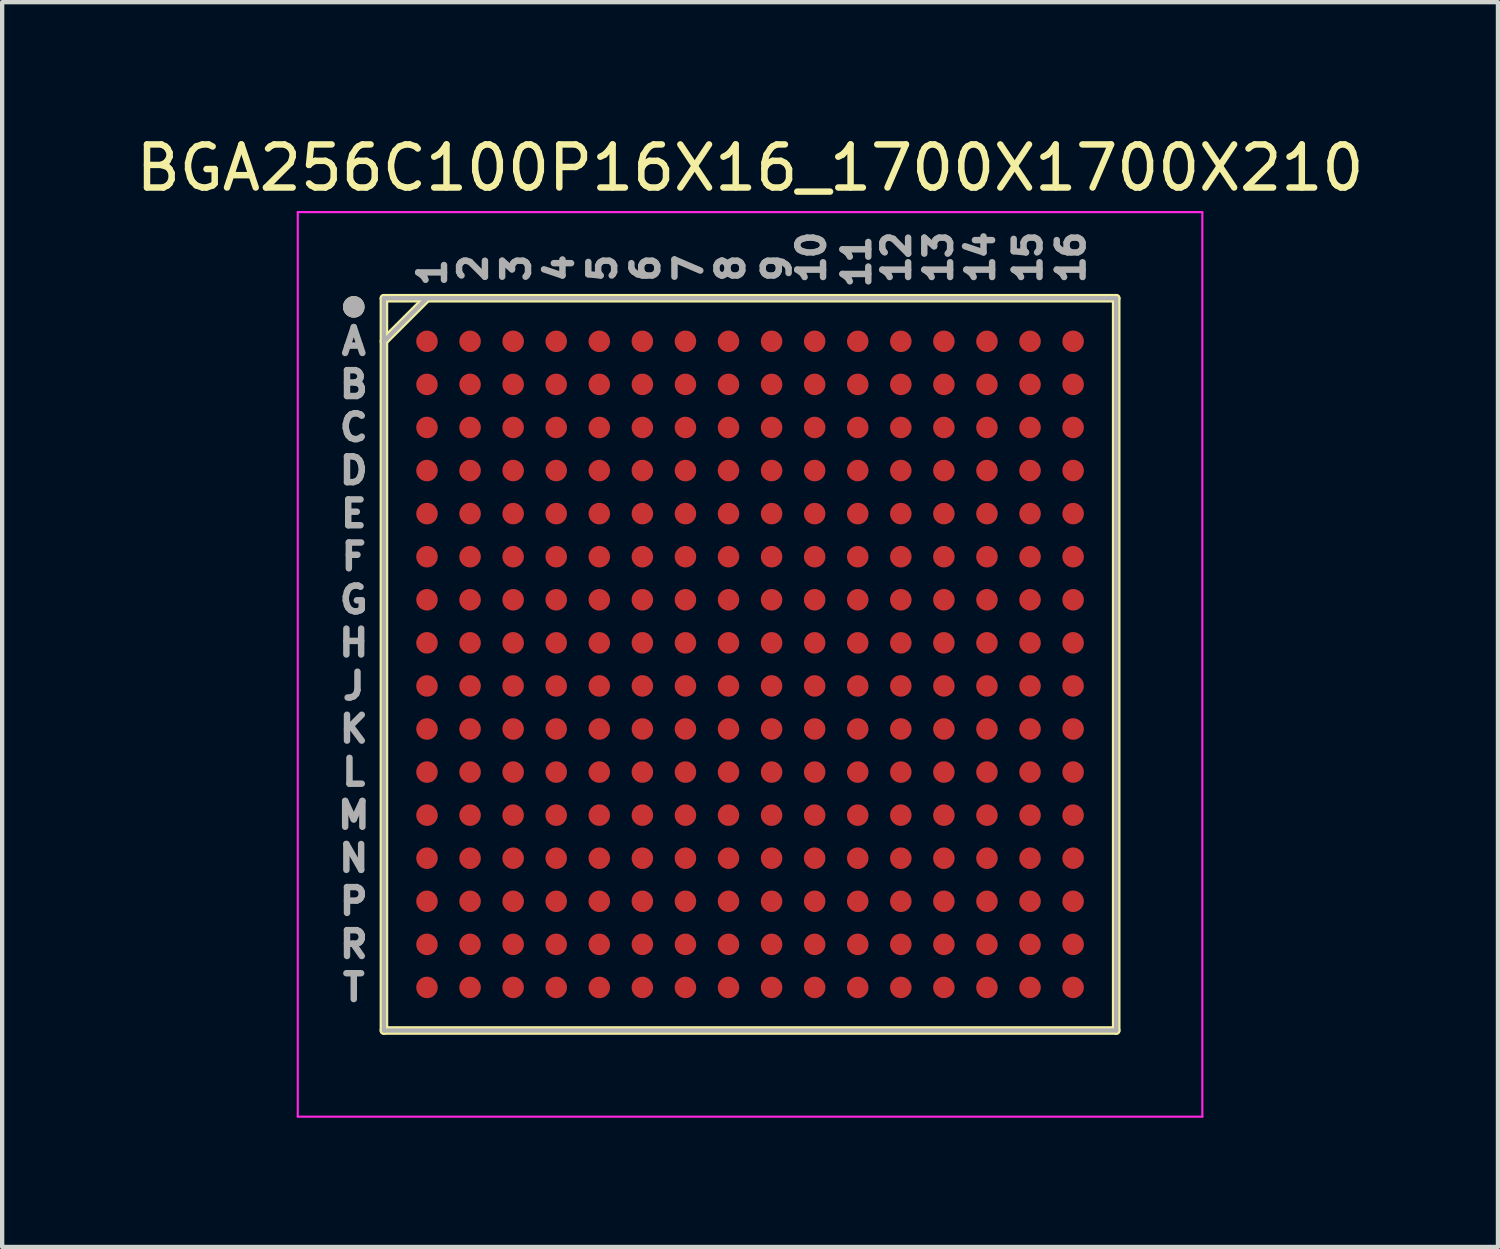
<source format=kicad_pcb>
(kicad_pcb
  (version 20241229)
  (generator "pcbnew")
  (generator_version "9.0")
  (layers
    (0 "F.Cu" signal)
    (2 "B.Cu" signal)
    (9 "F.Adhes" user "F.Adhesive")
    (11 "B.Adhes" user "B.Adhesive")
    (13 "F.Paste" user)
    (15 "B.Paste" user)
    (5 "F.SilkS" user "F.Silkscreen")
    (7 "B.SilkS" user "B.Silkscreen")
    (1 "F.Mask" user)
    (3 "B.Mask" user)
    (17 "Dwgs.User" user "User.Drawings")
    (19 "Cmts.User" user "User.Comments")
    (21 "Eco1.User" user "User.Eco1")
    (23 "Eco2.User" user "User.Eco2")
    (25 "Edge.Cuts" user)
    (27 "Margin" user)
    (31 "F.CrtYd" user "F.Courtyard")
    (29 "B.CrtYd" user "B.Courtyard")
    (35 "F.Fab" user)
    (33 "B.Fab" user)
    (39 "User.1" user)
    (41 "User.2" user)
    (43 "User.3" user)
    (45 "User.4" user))
  (footprint "BGA256C100P16X16_1700X1700X210"
    (layer "F.Cu")
    (at 14.363 12.374)
    (property "Reference" "BGA256C100P16X16_1700X1700X210" (at 0 -11.526 180) (layer "F.SilkS") (effects (font (size 1 1) (thickness 0.15))))
    (attr smd)
    (fp_line (start -8.5 -8.5) (end 8.5 -8.5) (stroke (width 0.2) (type solid)) (layer "F.SilkS"))
    (fp_line (start -8.5 -7.5) (end -7.5 -8.5) (stroke (width 0.2) (type solid)) (layer "F.SilkS"))
    (fp_line (start -8.5 8.5) (end -8.5 -8.5) (stroke (width 0.2) (type solid)) (layer "F.SilkS"))
    (fp_line (start -8.5 8.5) (end 8.5 8.5) (stroke (width 0.2) (type solid)) (layer "F.SilkS"))
    (fp_line (start 8.5 8.5) (end 8.5 -8.5) (stroke (width 0.2) (type solid)) (layer "F.SilkS"))
    (fp_circle (center -9.2 -8.3) (end -9.075 -8.3) (stroke (width 0.25) (type solid)) (fill no) (layer "F.SilkS"))
    (fp_line (start -10.5 -10.5) (end 10.5 -10.5) (stroke (width 0.05) (type solid)) (layer "F.CrtYd"))
    (fp_line (start -10.5 10.5) (end -10.5 -10.5) (stroke (width 0.05) (type solid)) (layer "F.CrtYd"))
    (fp_line (start -10.5 10.5) (end 10.5 10.5) (stroke (width 0.05) (type solid)) (layer "F.CrtYd"))
    (fp_line (start 10.5 10.5) (end 10.5 -10.5) (stroke (width 0.05) (type solid)) (layer "F.CrtYd"))
    (fp_line (start -8.5 -8.5) (end 8.5 -8.5) (stroke (width 0.1) (type solid)) (layer "F.Fab"))
    (fp_line (start -8.5 -7.5) (end -7.5 -8.5) (stroke (width 0.1) (type solid)) (layer "F.Fab"))
    (fp_line (start -8.5 8.5) (end -8.5 -8.5) (stroke (width 0.1) (type solid)) (layer "F.Fab"))
    (fp_line (start -8.5 8.5) (end 8.5 8.5) (stroke (width 0.1) (type solid)) (layer "F.Fab"))
    (fp_line (start 8.5 8.5) (end 8.5 -8.5) (stroke (width 0.1) (type solid)) (layer "F.Fab"))
    (fp_circle (center -9.2 -8.3) (end -9.075 -8.3) (stroke (width 0.25) (type solid)) (fill no) (layer "F.Fab"))
    (fp_text user "16" (at 7.45 -9.45 270) (layer "F.Fab") (effects (font (size 0.6 0.6) (thickness 0.15))))
    (fp_text user "H" (at -9.2 -0.5 180) (layer "F.Fab") (effects (font (size 0.6 0.6) (thickness 0.15))))
    (fp_text user "K" (at -9.2 1.5 180) (layer "F.Fab") (effects (font (size 0.6 0.6) (thickness 0.15))))
    (fp_text user "M" (at -9.2 3.5 180) (layer "F.Fab") (effects (font (size 0.6 0.6) (thickness 0.15))))
    (fp_text user "B" (at -9.2 -6.5 180) (layer "F.Fab") (effects (font (size 0.6 0.6) (thickness 0.15))))
    (fp_text user "11" (at 2.475 -9.35 270) (layer "F.Fab") (effects (font (size 0.6 0.6) (thickness 0.15))))
    (fp_text user "1" (at -7.375 -9.1 270) (layer "F.Fab") (effects (font (size 0.6 0.6) (thickness 0.15))))
    (fp_text user "6" (at -2.425 -9.2 270) (layer "F.Fab") (effects (font (size 0.6 0.6) (thickness 0.15))))
    (fp_text user "2" (at -6.425 -9.2 270) (layer "F.Fab") (effects (font (size 0.6 0.6) (thickness 0.15))))
    (fp_text user "R" (at -9.2 6.5 180) (layer "F.Fab") (effects (font (size 0.6 0.6) (thickness 0.15))))
    (fp_text user "D" (at -9.2 -4.5 180) (layer "F.Fab") (effects (font (size 0.6 0.6) (thickness 0.15))))
    (fp_text user "J" (at -9.2 0.5 180) (layer "F.Fab") (effects (font (size 0.6 0.6) (thickness 0.15))))
    (fp_text user "12" (at 3.4 -9.45 270) (layer "F.Fab") (effects (font (size 0.6 0.6) (thickness 0.15))))
    (fp_text user "14" (at 5.35 -9.45 270) (layer "F.Fab") (effects (font (size 0.6 0.6) (thickness 0.15))))
    (fp_text user "C" (at -9.2 -5.5 180) (layer "F.Fab") (effects (font (size 0.6 0.6) (thickness 0.15))))
    (fp_text user "L" (at -9.2 2.5 180) (layer "F.Fab") (effects (font (size 0.6 0.6) (thickness 0.15))))
    (fp_text user "N" (at -9.2 4.5 180) (layer "F.Fab") (effects (font (size 0.6 0.6) (thickness 0.15))))
    (fp_text user "3" (at -5.425 -9.2 270) (layer "F.Fab") (effects (font (size 0.6 0.6) (thickness 0.15))))
    (fp_text user "A" (at -9.2 -7.5 180) (layer "F.Fab") (effects (font (size 0.6 0.6) (thickness 0.15))))
    (fp_text user "5" (at -3.425 -9.2 270) (layer "F.Fab") (effects (font (size 0.6 0.6) (thickness 0.15))))
    (fp_text user "8" (at -0.45 -9.2 270) (layer "F.Fab") (effects (font (size 0.6 0.6) (thickness 0.15))))
    (fp_text user "P" (at -9.2 5.5 180) (layer "F.Fab") (effects (font (size 0.6 0.6) (thickness 0.15))))
    (fp_text user "E" (at -9.2 -3.5 180) (layer "F.Fab") (effects (font (size 0.6 0.6) (thickness 0.15))))
    (fp_text user "10" (at 1.425 -9.45 270) (layer "F.Fab") (effects (font (size 0.6 0.6) (thickness 0.15))))
    (fp_text user "G" (at -9.2 -1.5 180) (layer "F.Fab") (effects (font (size 0.6 0.6) (thickness 0.15))))
    (fp_text user "15" (at 6.45 -9.45 270) (layer "F.Fab") (effects (font (size 0.6 0.6) (thickness 0.15))))
    (fp_text user "T" (at -9.2 7.5 180) (layer "F.Fab") (effects (font (size 0.6 0.6) (thickness 0.15))))
    (fp_text user "7" (at -1.425 -9.2 270) (layer "F.Fab") (effects (font (size 0.6 0.6) (thickness 0.15))))
    (fp_text user "4" (at -4.425 -9.2 270) (layer "F.Fab") (effects (font (size 0.6 0.6) (thickness 0.15))))
    (fp_text user "13" (at 4.375 -9.45 270) (layer "F.Fab") (effects (font (size 0.6 0.6) (thickness 0.15))))
    (fp_text user "9" (at 0.625 -9.2 270) (layer "F.Fab") (effects (font (size 0.6 0.6) (thickness 0.15))))
    (fp_text user "F" (at -9.2 -2.5 180) (layer "F.Fab") (effects (font (size 0.6 0.6) (thickness 0.15))))
    (pad "A1" smd circle (at -7.5 -7.5) (size 0.5 0.5) (layers "F.Cu" "F.Mask" "F.Paste"))
    (pad "A2" smd circle (at -6.5 -7.5) (size 0.5 0.5) (layers "F.Cu" "F.Mask" "F.Paste"))
    (pad "A3" smd circle (at -5.5 -7.5) (size 0.5 0.5) (layers "F.Cu" "F.Mask" "F.Paste"))
    (pad "A4" smd circle (at -4.5 -7.5) (size 0.5 0.5) (layers "F.Cu" "F.Mask" "F.Paste"))
    (pad "A5" smd circle (at -3.5 -7.5) (size 0.5 0.5) (layers "F.Cu" "F.Mask" "F.Paste"))
    (pad "A6" smd circle (at -2.5 -7.5) (size 0.5 0.5) (layers "F.Cu" "F.Mask" "F.Paste"))
    (pad "A7" smd circle (at -1.5 -7.5) (size 0.5 0.5) (layers "F.Cu" "F.Mask" "F.Paste"))
    (pad "A8" smd circle (at -0.5 -7.5) (size 0.5 0.5) (layers "F.Cu" "F.Mask" "F.Paste"))
    (pad "A9" smd circle (at 0.5 -7.5) (size 0.5 0.5) (layers "F.Cu" "F.Mask" "F.Paste"))
    (pad "A10" smd circle (at 1.5 -7.5) (size 0.5 0.5) (layers "F.Cu" "F.Mask" "F.Paste"))
    (pad "A11" smd circle (at 2.5 -7.5) (size 0.5 0.5) (layers "F.Cu" "F.Mask" "F.Paste"))
    (pad "A12" smd circle (at 3.5 -7.5) (size 0.5 0.5) (layers "F.Cu" "F.Mask" "F.Paste"))
    (pad "A13" smd circle (at 4.5 -7.5) (size 0.5 0.5) (layers "F.Cu" "F.Mask" "F.Paste"))
    (pad "A14" smd circle (at 5.5 -7.5) (size 0.5 0.5) (layers "F.Cu" "F.Mask" "F.Paste"))
    (pad "A15" smd circle (at 6.5 -7.5) (size 0.5 0.5) (layers "F.Cu" "F.Mask" "F.Paste"))
    (pad "A16" smd circle (at 7.5 -7.5) (size 0.5 0.5) (layers "F.Cu" "F.Mask" "F.Paste"))
    (pad "B1" smd circle (at -7.5 -6.5) (size 0.5 0.5) (layers "F.Cu" "F.Mask" "F.Paste"))
    (pad "B2" smd circle (at -6.5 -6.5) (size 0.5 0.5) (layers "F.Cu" "F.Mask" "F.Paste"))
    (pad "B3" smd circle (at -5.5 -6.5) (size 0.5 0.5) (layers "F.Cu" "F.Mask" "F.Paste"))
    (pad "B4" smd circle (at -4.5 -6.5) (size 0.5 0.5) (layers "F.Cu" "F.Mask" "F.Paste"))
    (pad "B5" smd circle (at -3.5 -6.5) (size 0.5 0.5) (layers "F.Cu" "F.Mask" "F.Paste"))
    (pad "B6" smd circle (at -2.5 -6.5) (size 0.5 0.5) (layers "F.Cu" "F.Mask" "F.Paste"))
    (pad "B7" smd circle (at -1.5 -6.5) (size 0.5 0.5) (layers "F.Cu" "F.Mask" "F.Paste"))
    (pad "B8" smd circle (at -0.5 -6.5) (size 0.5 0.5) (layers "F.Cu" "F.Mask" "F.Paste"))
    (pad "B9" smd circle (at 0.5 -6.5) (size 0.5 0.5) (layers "F.Cu" "F.Mask" "F.Paste"))
    (pad "B10" smd circle (at 1.5 -6.5) (size 0.5 0.5) (layers "F.Cu" "F.Mask" "F.Paste"))
    (pad "B11" smd circle (at 2.5 -6.5) (size 0.5 0.5) (layers "F.Cu" "F.Mask" "F.Paste"))
    (pad "B12" smd circle (at 3.5 -6.5) (size 0.5 0.5) (layers "F.Cu" "F.Mask" "F.Paste"))
    (pad "B13" smd circle (at 4.5 -6.5) (size 0.5 0.5) (layers "F.Cu" "F.Mask" "F.Paste"))
    (pad "B14" smd circle (at 5.5 -6.5) (size 0.5 0.5) (layers "F.Cu" "F.Mask" "F.Paste"))
    (pad "B15" smd circle (at 6.5 -6.5) (size 0.5 0.5) (layers "F.Cu" "F.Mask" "F.Paste"))
    (pad "B16" smd circle (at 7.5 -6.5) (size 0.5 0.5) (layers "F.Cu" "F.Mask" "F.Paste"))
    (pad "C1" smd circle (at -7.5 -5.5) (size 0.5 0.5) (layers "F.Cu" "F.Mask" "F.Paste"))
    (pad "C2" smd circle (at -6.5 -5.5) (size 0.5 0.5) (layers "F.Cu" "F.Mask" "F.Paste"))
    (pad "C3" smd circle (at -5.5 -5.5) (size 0.5 0.5) (layers "F.Cu" "F.Mask" "F.Paste"))
    (pad "C4" smd circle (at -4.5 -5.5) (size 0.5 0.5) (layers "F.Cu" "F.Mask" "F.Paste"))
    (pad "C5" smd circle (at -3.5 -5.5) (size 0.5 0.5) (layers "F.Cu" "F.Mask" "F.Paste"))
    (pad "C6" smd circle (at -2.5 -5.5) (size 0.5 0.5) (layers "F.Cu" "F.Mask" "F.Paste"))
    (pad "C7" smd circle (at -1.5 -5.5) (size 0.5 0.5) (layers "F.Cu" "F.Mask" "F.Paste"))
    (pad "C8" smd circle (at -0.5 -5.5) (size 0.5 0.5) (layers "F.Cu" "F.Mask" "F.Paste"))
    (pad "C9" smd circle (at 0.5 -5.5) (size 0.5 0.5) (layers "F.Cu" "F.Mask" "F.Paste"))
    (pad "C10" smd circle (at 1.5 -5.5) (size 0.5 0.5) (layers "F.Cu" "F.Mask" "F.Paste"))
    (pad "C11" smd circle (at 2.5 -5.5) (size 0.5 0.5) (layers "F.Cu" "F.Mask" "F.Paste"))
    (pad "C12" smd circle (at 3.5 -5.5) (size 0.5 0.5) (layers "F.Cu" "F.Mask" "F.Paste"))
    (pad "C13" smd circle (at 4.5 -5.5) (size 0.5 0.5) (layers "F.Cu" "F.Mask" "F.Paste"))
    (pad "C14" smd circle (at 5.5 -5.5) (size 0.5 0.5) (layers "F.Cu" "F.Mask" "F.Paste"))
    (pad "C15" smd circle (at 6.5 -5.5) (size 0.5 0.5) (layers "F.Cu" "F.Mask" "F.Paste"))
    (pad "C16" smd circle (at 7.5 -5.5) (size 0.5 0.5) (layers "F.Cu" "F.Mask" "F.Paste"))
    (pad "D1" smd circle (at -7.5 -4.5) (size 0.5 0.5) (layers "F.Cu" "F.Mask" "F.Paste"))
    (pad "D2" smd circle (at -6.5 -4.5) (size 0.5 0.5) (layers "F.Cu" "F.Mask" "F.Paste"))
    (pad "D3" smd circle (at -5.5 -4.5) (size 0.5 0.5) (layers "F.Cu" "F.Mask" "F.Paste"))
    (pad "D4" smd circle (at -4.5 -4.5) (size 0.5 0.5) (layers "F.Cu" "F.Mask" "F.Paste"))
    (pad "D5" smd circle (at -3.5 -4.5) (size 0.5 0.5) (layers "F.Cu" "F.Mask" "F.Paste"))
    (pad "D6" smd circle (at -2.5 -4.5) (size 0.5 0.5) (layers "F.Cu" "F.Mask" "F.Paste"))
    (pad "D7" smd circle (at -1.5 -4.5) (size 0.5 0.5) (layers "F.Cu" "F.Mask" "F.Paste"))
    (pad "D8" smd circle (at -0.5 -4.5) (size 0.5 0.5) (layers "F.Cu" "F.Mask" "F.Paste"))
    (pad "D9" smd circle (at 0.5 -4.5) (size 0.5 0.5) (layers "F.Cu" "F.Mask" "F.Paste"))
    (pad "D10" smd circle (at 1.5 -4.5) (size 0.5 0.5) (layers "F.Cu" "F.Mask" "F.Paste"))
    (pad "D11" smd circle (at 2.5 -4.5) (size 0.5 0.5) (layers "F.Cu" "F.Mask" "F.Paste"))
    (pad "D12" smd circle (at 3.5 -4.5) (size 0.5 0.5) (layers "F.Cu" "F.Mask" "F.Paste"))
    (pad "D13" smd circle (at 4.5 -4.5) (size 0.5 0.5) (layers "F.Cu" "F.Mask" "F.Paste"))
    (pad "D14" smd circle (at 5.5 -4.5) (size 0.5 0.5) (layers "F.Cu" "F.Mask" "F.Paste"))
    (pad "D15" smd circle (at 6.5 -4.5) (size 0.5 0.5) (layers "F.Cu" "F.Mask" "F.Paste"))
    (pad "D16" smd circle (at 7.5 -4.5) (size 0.5 0.5) (layers "F.Cu" "F.Mask" "F.Paste"))
    (pad "E1" smd circle (at -7.5 -3.5) (size 0.5 0.5) (layers "F.Cu" "F.Mask" "F.Paste"))
    (pad "E2" smd circle (at -6.5 -3.5) (size 0.5 0.5) (layers "F.Cu" "F.Mask" "F.Paste"))
    (pad "E3" smd circle (at -5.5 -3.5) (size 0.5 0.5) (layers "F.Cu" "F.Mask" "F.Paste"))
    (pad "E4" smd circle (at -4.5 -3.5) (size 0.5 0.5) (layers "F.Cu" "F.Mask" "F.Paste"))
    (pad "E5" smd circle (at -3.5 -3.5) (size 0.5 0.5) (layers "F.Cu" "F.Mask" "F.Paste"))
    (pad "E6" smd circle (at -2.5 -3.5) (size 0.5 0.5) (layers "F.Cu" "F.Mask" "F.Paste"))
    (pad "E7" smd circle (at -1.5 -3.5) (size 0.5 0.5) (layers "F.Cu" "F.Mask" "F.Paste"))
    (pad "E8" smd circle (at -0.5 -3.5) (size 0.5 0.5) (layers "F.Cu" "F.Mask" "F.Paste"))
    (pad "E9" smd circle (at 0.5 -3.5) (size 0.5 0.5) (layers "F.Cu" "F.Mask" "F.Paste"))
    (pad "E10" smd circle (at 1.5 -3.5) (size 0.5 0.5) (layers "F.Cu" "F.Mask" "F.Paste"))
    (pad "E11" smd circle (at 2.5 -3.5) (size 0.5 0.5) (layers "F.Cu" "F.Mask" "F.Paste"))
    (pad "E12" smd circle (at 3.5 -3.5) (size 0.5 0.5) (layers "F.Cu" "F.Mask" "F.Paste"))
    (pad "E13" smd circle (at 4.5 -3.5) (size 0.5 0.5) (layers "F.Cu" "F.Mask" "F.Paste"))
    (pad "E14" smd circle (at 5.5 -3.5) (size 0.5 0.5) (layers "F.Cu" "F.Mask" "F.Paste"))
    (pad "E15" smd circle (at 6.5 -3.5) (size 0.5 0.5) (layers "F.Cu" "F.Mask" "F.Paste"))
    (pad "E16" smd circle (at 7.5 -3.5) (size 0.5 0.5) (layers "F.Cu" "F.Mask" "F.Paste"))
    (pad "F1" smd circle (at -7.5 -2.5) (size 0.5 0.5) (layers "F.Cu" "F.Mask" "F.Paste"))
    (pad "F2" smd circle (at -6.5 -2.5) (size 0.5 0.5) (layers "F.Cu" "F.Mask" "F.Paste"))
    (pad "F3" smd circle (at -5.5 -2.5) (size 0.5 0.5) (layers "F.Cu" "F.Mask" "F.Paste"))
    (pad "F4" smd circle (at -4.5 -2.5) (size 0.5 0.5) (layers "F.Cu" "F.Mask" "F.Paste"))
    (pad "F5" smd circle (at -3.5 -2.5) (size 0.5 0.5) (layers "F.Cu" "F.Mask" "F.Paste"))
    (pad "F6" smd circle (at -2.5 -2.5) (size 0.5 0.5) (layers "F.Cu" "F.Mask" "F.Paste"))
    (pad "F7" smd circle (at -1.5 -2.5) (size 0.5 0.5) (layers "F.Cu" "F.Mask" "F.Paste"))
    (pad "F8" smd circle (at -0.5 -2.5) (size 0.5 0.5) (layers "F.Cu" "F.Mask" "F.Paste"))
    (pad "F9" smd circle (at 0.5 -2.5) (size 0.5 0.5) (layers "F.Cu" "F.Mask" "F.Paste"))
    (pad "F10" smd circle (at 1.5 -2.5) (size 0.5 0.5) (layers "F.Cu" "F.Mask" "F.Paste"))
    (pad "F11" smd circle (at 2.5 -2.5) (size 0.5 0.5) (layers "F.Cu" "F.Mask" "F.Paste"))
    (pad "F12" smd circle (at 3.5 -2.5) (size 0.5 0.5) (layers "F.Cu" "F.Mask" "F.Paste"))
    (pad "F13" smd circle (at 4.5 -2.5) (size 0.5 0.5) (layers "F.Cu" "F.Mask" "F.Paste"))
    (pad "F14" smd circle (at 5.5 -2.5) (size 0.5 0.5) (layers "F.Cu" "F.Mask" "F.Paste"))
    (pad "F15" smd circle (at 6.5 -2.5) (size 0.5 0.5) (layers "F.Cu" "F.Mask" "F.Paste"))
    (pad "F16" smd circle (at 7.5 -2.5) (size 0.5 0.5) (layers "F.Cu" "F.Mask" "F.Paste"))
    (pad "G1" smd circle (at -7.5 -1.5) (size 0.5 0.5) (layers "F.Cu" "F.Mask" "F.Paste"))
    (pad "G2" smd circle (at -6.5 -1.5) (size 0.5 0.5) (layers "F.Cu" "F.Mask" "F.Paste"))
    (pad "G3" smd circle (at -5.5 -1.5) (size 0.5 0.5) (layers "F.Cu" "F.Mask" "F.Paste"))
    (pad "G4" smd circle (at -4.5 -1.5) (size 0.5 0.5) (layers "F.Cu" "F.Mask" "F.Paste"))
    (pad "G5" smd circle (at -3.5 -1.5) (size 0.5 0.5) (layers "F.Cu" "F.Mask" "F.Paste"))
    (pad "G6" smd circle (at -2.5 -1.5) (size 0.5 0.5) (layers "F.Cu" "F.Mask" "F.Paste"))
    (pad "G7" smd circle (at -1.5 -1.5) (size 0.5 0.5) (layers "F.Cu" "F.Mask" "F.Paste"))
    (pad "G8" smd circle (at -0.5 -1.5) (size 0.5 0.5) (layers "F.Cu" "F.Mask" "F.Paste"))
    (pad "G9" smd circle (at 0.5 -1.5) (size 0.5 0.5) (layers "F.Cu" "F.Mask" "F.Paste"))
    (pad "G10" smd circle (at 1.5 -1.5) (size 0.5 0.5) (layers "F.Cu" "F.Mask" "F.Paste"))
    (pad "G11" smd circle (at 2.5 -1.5) (size 0.5 0.5) (layers "F.Cu" "F.Mask" "F.Paste"))
    (pad "G12" smd circle (at 3.5 -1.5) (size 0.5 0.5) (layers "F.Cu" "F.Mask" "F.Paste"))
    (pad "G13" smd circle (at 4.5 -1.5) (size 0.5 0.5) (layers "F.Cu" "F.Mask" "F.Paste"))
    (pad "G14" smd circle (at 5.5 -1.5) (size 0.5 0.5) (layers "F.Cu" "F.Mask" "F.Paste"))
    (pad "G15" smd circle (at 6.5 -1.5) (size 0.5 0.5) (layers "F.Cu" "F.Mask" "F.Paste"))
    (pad "G16" smd circle (at 7.5 -1.5) (size 0.5 0.5) (layers "F.Cu" "F.Mask" "F.Paste"))
    (pad "H1" smd circle (at -7.5 -0.5) (size 0.5 0.5) (layers "F.Cu" "F.Mask" "F.Paste"))
    (pad "H2" smd circle (at -6.5 -0.5) (size 0.5 0.5) (layers "F.Cu" "F.Mask" "F.Paste"))
    (pad "H3" smd circle (at -5.5 -0.5) (size 0.5 0.5) (layers "F.Cu" "F.Mask" "F.Paste"))
    (pad "H4" smd circle (at -4.5 -0.5) (size 0.5 0.5) (layers "F.Cu" "F.Mask" "F.Paste"))
    (pad "H5" smd circle (at -3.5 -0.5) (size 0.5 0.5) (layers "F.Cu" "F.Mask" "F.Paste"))
    (pad "H6" smd circle (at -2.5 -0.5) (size 0.5 0.5) (layers "F.Cu" "F.Mask" "F.Paste"))
    (pad "H7" smd circle (at -1.5 -0.5) (size 0.5 0.5) (layers "F.Cu" "F.Mask" "F.Paste"))
    (pad "H8" smd circle (at -0.5 -0.5) (size 0.5 0.5) (layers "F.Cu" "F.Mask" "F.Paste"))
    (pad "H9" smd circle (at 0.5 -0.5) (size 0.5 0.5) (layers "F.Cu" "F.Mask" "F.Paste"))
    (pad "H10" smd circle (at 1.5 -0.5) (size 0.5 0.5) (layers "F.Cu" "F.Mask" "F.Paste"))
    (pad "H11" smd circle (at 2.5 -0.5) (size 0.5 0.5) (layers "F.Cu" "F.Mask" "F.Paste"))
    (pad "H12" smd circle (at 3.5 -0.5) (size 0.5 0.5) (layers "F.Cu" "F.Mask" "F.Paste"))
    (pad "H13" smd circle (at 4.5 -0.5) (size 0.5 0.5) (layers "F.Cu" "F.Mask" "F.Paste"))
    (pad "H14" smd circle (at 5.5 -0.5) (size 0.5 0.5) (layers "F.Cu" "F.Mask" "F.Paste"))
    (pad "H15" smd circle (at 6.5 -0.5) (size 0.5 0.5) (layers "F.Cu" "F.Mask" "F.Paste"))
    (pad "H16" smd circle (at 7.5 -0.5) (size 0.5 0.5) (layers "F.Cu" "F.Mask" "F.Paste"))
    (pad "J1" smd circle (at -7.5 0.5) (size 0.5 0.5) (layers "F.Cu" "F.Mask" "F.Paste"))
    (pad "J2" smd circle (at -6.5 0.5) (size 0.5 0.5) (layers "F.Cu" "F.Mask" "F.Paste"))
    (pad "J3" smd circle (at -5.5 0.5) (size 0.5 0.5) (layers "F.Cu" "F.Mask" "F.Paste"))
    (pad "J4" smd circle (at -4.5 0.5) (size 0.5 0.5) (layers "F.Cu" "F.Mask" "F.Paste"))
    (pad "J5" smd circle (at -3.5 0.5) (size 0.5 0.5) (layers "F.Cu" "F.Mask" "F.Paste"))
    (pad "J6" smd circle (at -2.5 0.5) (size 0.5 0.5) (layers "F.Cu" "F.Mask" "F.Paste"))
    (pad "J7" smd circle (at -1.5 0.5) (size 0.5 0.5) (layers "F.Cu" "F.Mask" "F.Paste"))
    (pad "J8" smd circle (at -0.5 0.5) (size 0.5 0.5) (layers "F.Cu" "F.Mask" "F.Paste"))
    (pad "J9" smd circle (at 0.5 0.5) (size 0.5 0.5) (layers "F.Cu" "F.Mask" "F.Paste"))
    (pad "J10" smd circle (at 1.5 0.5) (size 0.5 0.5) (layers "F.Cu" "F.Mask" "F.Paste"))
    (pad "J11" smd circle (at 2.5 0.5) (size 0.5 0.5) (layers "F.Cu" "F.Mask" "F.Paste"))
    (pad "J12" smd circle (at 3.5 0.5) (size 0.5 0.5) (layers "F.Cu" "F.Mask" "F.Paste"))
    (pad "J13" smd circle (at 4.5 0.5) (size 0.5 0.5) (layers "F.Cu" "F.Mask" "F.Paste"))
    (pad "J14" smd circle (at 5.5 0.5) (size 0.5 0.5) (layers "F.Cu" "F.Mask" "F.Paste"))
    (pad "J15" smd circle (at 6.5 0.5) (size 0.5 0.5) (layers "F.Cu" "F.Mask" "F.Paste"))
    (pad "J16" smd circle (at 7.5 0.5) (size 0.5 0.5) (layers "F.Cu" "F.Mask" "F.Paste"))
    (pad "K1" smd circle (at -7.5 1.5) (size 0.5 0.5) (layers "F.Cu" "F.Mask" "F.Paste"))
    (pad "K2" smd circle (at -6.5 1.5) (size 0.5 0.5) (layers "F.Cu" "F.Mask" "F.Paste"))
    (pad "K3" smd circle (at -5.5 1.5) (size 0.5 0.5) (layers "F.Cu" "F.Mask" "F.Paste"))
    (pad "K4" smd circle (at -4.5 1.5) (size 0.5 0.5) (layers "F.Cu" "F.Mask" "F.Paste"))
    (pad "K5" smd circle (at -3.5 1.5) (size 0.5 0.5) (layers "F.Cu" "F.Mask" "F.Paste"))
    (pad "K6" smd circle (at -2.5 1.5) (size 0.5 0.5) (layers "F.Cu" "F.Mask" "F.Paste"))
    (pad "K7" smd circle (at -1.5 1.5) (size 0.5 0.5) (layers "F.Cu" "F.Mask" "F.Paste"))
    (pad "K8" smd circle (at -0.5 1.5) (size 0.5 0.5) (layers "F.Cu" "F.Mask" "F.Paste"))
    (pad "K9" smd circle (at 0.5 1.5) (size 0.5 0.5) (layers "F.Cu" "F.Mask" "F.Paste"))
    (pad "K10" smd circle (at 1.5 1.5) (size 0.5 0.5) (layers "F.Cu" "F.Mask" "F.Paste"))
    (pad "K11" smd circle (at 2.5 1.5) (size 0.5 0.5) (layers "F.Cu" "F.Mask" "F.Paste"))
    (pad "K12" smd circle (at 3.5 1.5) (size 0.5 0.5) (layers "F.Cu" "F.Mask" "F.Paste"))
    (pad "K13" smd circle (at 4.5 1.5) (size 0.5 0.5) (layers "F.Cu" "F.Mask" "F.Paste"))
    (pad "K14" smd circle (at 5.5 1.5) (size 0.5 0.5) (layers "F.Cu" "F.Mask" "F.Paste"))
    (pad "K15" smd circle (at 6.5 1.5) (size 0.5 0.5) (layers "F.Cu" "F.Mask" "F.Paste"))
    (pad "K16" smd circle (at 7.5 1.5) (size 0.5 0.5) (layers "F.Cu" "F.Mask" "F.Paste"))
    (pad "L1" smd circle (at -7.5 2.5) (size 0.5 0.5) (layers "F.Cu" "F.Mask" "F.Paste"))
    (pad "L2" smd circle (at -6.5 2.5) (size 0.5 0.5) (layers "F.Cu" "F.Mask" "F.Paste"))
    (pad "L3" smd circle (at -5.5 2.5) (size 0.5 0.5) (layers "F.Cu" "F.Mask" "F.Paste"))
    (pad "L4" smd circle (at -4.5 2.5) (size 0.5 0.5) (layers "F.Cu" "F.Mask" "F.Paste"))
    (pad "L5" smd circle (at -3.5 2.5) (size 0.5 0.5) (layers "F.Cu" "F.Mask" "F.Paste"))
    (pad "L6" smd circle (at -2.5 2.5) (size 0.5 0.5) (layers "F.Cu" "F.Mask" "F.Paste"))
    (pad "L7" smd circle (at -1.5 2.5) (size 0.5 0.5) (layers "F.Cu" "F.Mask" "F.Paste"))
    (pad "L8" smd circle (at -0.5 2.5) (size 0.5 0.5) (layers "F.Cu" "F.Mask" "F.Paste"))
    (pad "L9" smd circle (at 0.5 2.5) (size 0.5 0.5) (layers "F.Cu" "F.Mask" "F.Paste"))
    (pad "L10" smd circle (at 1.5 2.5) (size 0.5 0.5) (layers "F.Cu" "F.Mask" "F.Paste"))
    (pad "L11" smd circle (at 2.5 2.5) (size 0.5 0.5) (layers "F.Cu" "F.Mask" "F.Paste"))
    (pad "L12" smd circle (at 3.5 2.5) (size 0.5 0.5) (layers "F.Cu" "F.Mask" "F.Paste"))
    (pad "L13" smd circle (at 4.5 2.5) (size 0.5 0.5) (layers "F.Cu" "F.Mask" "F.Paste"))
    (pad "L14" smd circle (at 5.5 2.5) (size 0.5 0.5) (layers "F.Cu" "F.Mask" "F.Paste"))
    (pad "L15" smd circle (at 6.5 2.5) (size 0.5 0.5) (layers "F.Cu" "F.Mask" "F.Paste"))
    (pad "L16" smd circle (at 7.5 2.5) (size 0.5 0.5) (layers "F.Cu" "F.Mask" "F.Paste"))
    (pad "M1" smd circle (at -7.5 3.5) (size 0.5 0.5) (layers "F.Cu" "F.Mask" "F.Paste"))
    (pad "M2" smd circle (at -6.5 3.5) (size 0.5 0.5) (layers "F.Cu" "F.Mask" "F.Paste"))
    (pad "M3" smd circle (at -5.5 3.5) (size 0.5 0.5) (layers "F.Cu" "F.Mask" "F.Paste"))
    (pad "M4" smd circle (at -4.5 3.5) (size 0.5 0.5) (layers "F.Cu" "F.Mask" "F.Paste"))
    (pad "M5" smd circle (at -3.5 3.5) (size 0.5 0.5) (layers "F.Cu" "F.Mask" "F.Paste"))
    (pad "M6" smd circle (at -2.5 3.5) (size 0.5 0.5) (layers "F.Cu" "F.Mask" "F.Paste"))
    (pad "M7" smd circle (at -1.5 3.5) (size 0.5 0.5) (layers "F.Cu" "F.Mask" "F.Paste"))
    (pad "M8" smd circle (at -0.5 3.5) (size 0.5 0.5) (layers "F.Cu" "F.Mask" "F.Paste"))
    (pad "M9" smd circle (at 0.5 3.5) (size 0.5 0.5) (layers "F.Cu" "F.Mask" "F.Paste"))
    (pad "M10" smd circle (at 1.5 3.5) (size 0.5 0.5) (layers "F.Cu" "F.Mask" "F.Paste"))
    (pad "M11" smd circle (at 2.5 3.5) (size 0.5 0.5) (layers "F.Cu" "F.Mask" "F.Paste"))
    (pad "M12" smd circle (at 3.5 3.5) (size 0.5 0.5) (layers "F.Cu" "F.Mask" "F.Paste"))
    (pad "M13" smd circle (at 4.5 3.5) (size 0.5 0.5) (layers "F.Cu" "F.Mask" "F.Paste"))
    (pad "M14" smd circle (at 5.5 3.5) (size 0.5 0.5) (layers "F.Cu" "F.Mask" "F.Paste"))
    (pad "M15" smd circle (at 6.5 3.5) (size 0.5 0.5) (layers "F.Cu" "F.Mask" "F.Paste"))
    (pad "M16" smd circle (at 7.5 3.5) (size 0.5 0.5) (layers "F.Cu" "F.Mask" "F.Paste"))
    (pad "N1" smd circle (at -7.5 4.5) (size 0.5 0.5) (layers "F.Cu" "F.Mask" "F.Paste"))
    (pad "N2" smd circle (at -6.5 4.5) (size 0.5 0.5) (layers "F.Cu" "F.Mask" "F.Paste"))
    (pad "N3" smd circle (at -5.5 4.5) (size 0.5 0.5) (layers "F.Cu" "F.Mask" "F.Paste"))
    (pad "N4" smd circle (at -4.5 4.5) (size 0.5 0.5) (layers "F.Cu" "F.Mask" "F.Paste"))
    (pad "N5" smd circle (at -3.5 4.5) (size 0.5 0.5) (layers "F.Cu" "F.Mask" "F.Paste"))
    (pad "N6" smd circle (at -2.5 4.5) (size 0.5 0.5) (layers "F.Cu" "F.Mask" "F.Paste"))
    (pad "N7" smd circle (at -1.5 4.5) (size 0.5 0.5) (layers "F.Cu" "F.Mask" "F.Paste"))
    (pad "N8" smd circle (at -0.5 4.5) (size 0.5 0.5) (layers "F.Cu" "F.Mask" "F.Paste"))
    (pad "N9" smd circle (at 0.5 4.5) (size 0.5 0.5) (layers "F.Cu" "F.Mask" "F.Paste"))
    (pad "N10" smd circle (at 1.5 4.5) (size 0.5 0.5) (layers "F.Cu" "F.Mask" "F.Paste"))
    (pad "N11" smd circle (at 2.5 4.5) (size 0.5 0.5) (layers "F.Cu" "F.Mask" "F.Paste"))
    (pad "N12" smd circle (at 3.5 4.5) (size 0.5 0.5) (layers "F.Cu" "F.Mask" "F.Paste"))
    (pad "N13" smd circle (at 4.5 4.5) (size 0.5 0.5) (layers "F.Cu" "F.Mask" "F.Paste"))
    (pad "N14" smd circle (at 5.5 4.5) (size 0.5 0.5) (layers "F.Cu" "F.Mask" "F.Paste"))
    (pad "N15" smd circle (at 6.5 4.5) (size 0.5 0.5) (layers "F.Cu" "F.Mask" "F.Paste"))
    (pad "N16" smd circle (at 7.5 4.5) (size 0.5 0.5) (layers "F.Cu" "F.Mask" "F.Paste"))
    (pad "P1" smd circle (at -7.5 5.5) (size 0.5 0.5) (layers "F.Cu" "F.Mask" "F.Paste"))
    (pad "P2" smd circle (at -6.5 5.5) (size 0.5 0.5) (layers "F.Cu" "F.Mask" "F.Paste"))
    (pad "P3" smd circle (at -5.5 5.5) (size 0.5 0.5) (layers "F.Cu" "F.Mask" "F.Paste"))
    (pad "P4" smd circle (at -4.5 5.5) (size 0.5 0.5) (layers "F.Cu" "F.Mask" "F.Paste"))
    (pad "P5" smd circle (at -3.5 5.5) (size 0.5 0.5) (layers "F.Cu" "F.Mask" "F.Paste"))
    (pad "P6" smd circle (at -2.5 5.5) (size 0.5 0.5) (layers "F.Cu" "F.Mask" "F.Paste"))
    (pad "P7" smd circle (at -1.5 5.5) (size 0.5 0.5) (layers "F.Cu" "F.Mask" "F.Paste"))
    (pad "P8" smd circle (at -0.5 5.5) (size 0.5 0.5) (layers "F.Cu" "F.Mask" "F.Paste"))
    (pad "P9" smd circle (at 0.5 5.5) (size 0.5 0.5) (layers "F.Cu" "F.Mask" "F.Paste"))
    (pad "P10" smd circle (at 1.5 5.5) (size 0.5 0.5) (layers "F.Cu" "F.Mask" "F.Paste"))
    (pad "P11" smd circle (at 2.5 5.5) (size 0.5 0.5) (layers "F.Cu" "F.Mask" "F.Paste"))
    (pad "P12" smd circle (at 3.5 5.5) (size 0.5 0.5) (layers "F.Cu" "F.Mask" "F.Paste"))
    (pad "P13" smd circle (at 4.5 5.5) (size 0.5 0.5) (layers "F.Cu" "F.Mask" "F.Paste"))
    (pad "P14" smd circle (at 5.5 5.5) (size 0.5 0.5) (layers "F.Cu" "F.Mask" "F.Paste"))
    (pad "P15" smd circle (at 6.5 5.5) (size 0.5 0.5) (layers "F.Cu" "F.Mask" "F.Paste"))
    (pad "P16" smd circle (at 7.5 5.5) (size 0.5 0.5) (layers "F.Cu" "F.Mask" "F.Paste"))
    (pad "R1" smd circle (at -7.5 6.5) (size 0.5 0.5) (layers "F.Cu" "F.Mask" "F.Paste"))
    (pad "R2" smd circle (at -6.5 6.5) (size 0.5 0.5) (layers "F.Cu" "F.Mask" "F.Paste"))
    (pad "R3" smd circle (at -5.5 6.5) (size 0.5 0.5) (layers "F.Cu" "F.Mask" "F.Paste"))
    (pad "R4" smd circle (at -4.5 6.5) (size 0.5 0.5) (layers "F.Cu" "F.Mask" "F.Paste"))
    (pad "R5" smd circle (at -3.5 6.5) (size 0.5 0.5) (layers "F.Cu" "F.Mask" "F.Paste"))
    (pad "R6" smd circle (at -2.5 6.5) (size 0.5 0.5) (layers "F.Cu" "F.Mask" "F.Paste"))
    (pad "R7" smd circle (at -1.5 6.5) (size 0.5 0.5) (layers "F.Cu" "F.Mask" "F.Paste"))
    (pad "R8" smd circle (at -0.5 6.5) (size 0.5 0.5) (layers "F.Cu" "F.Mask" "F.Paste"))
    (pad "R9" smd circle (at 0.5 6.5) (size 0.5 0.5) (layers "F.Cu" "F.Mask" "F.Paste"))
    (pad "R10" smd circle (at 1.5 6.5) (size 0.5 0.5) (layers "F.Cu" "F.Mask" "F.Paste"))
    (pad "R11" smd circle (at 2.5 6.5) (size 0.5 0.5) (layers "F.Cu" "F.Mask" "F.Paste"))
    (pad "R12" smd circle (at 3.5 6.5) (size 0.5 0.5) (layers "F.Cu" "F.Mask" "F.Paste"))
    (pad "R13" smd circle (at 4.5 6.5) (size 0.5 0.5) (layers "F.Cu" "F.Mask" "F.Paste"))
    (pad "R14" smd circle (at 5.5 6.5) (size 0.5 0.5) (layers "F.Cu" "F.Mask" "F.Paste"))
    (pad "R15" smd circle (at 6.5 6.5) (size 0.5 0.5) (layers "F.Cu" "F.Mask" "F.Paste"))
    (pad "R16" smd circle (at 7.5 6.5) (size 0.5 0.5) (layers "F.Cu" "F.Mask" "F.Paste"))
    (pad "T1" smd circle (at -7.5 7.5) (size 0.5 0.5) (layers "F.Cu" "F.Mask" "F.Paste"))
    (pad "T2" smd circle (at -6.5 7.5) (size 0.5 0.5) (layers "F.Cu" "F.Mask" "F.Paste"))
    (pad "T3" smd circle (at -5.5 7.5) (size 0.5 0.5) (layers "F.Cu" "F.Mask" "F.Paste"))
    (pad "T4" smd circle (at -4.5 7.5) (size 0.5 0.5) (layers "F.Cu" "F.Mask" "F.Paste"))
    (pad "T5" smd circle (at -3.5 7.5) (size 0.5 0.5) (layers "F.Cu" "F.Mask" "F.Paste"))
    (pad "T6" smd circle (at -2.5 7.5) (size 0.5 0.5) (layers "F.Cu" "F.Mask" "F.Paste"))
    (pad "T7" smd circle (at -1.5 7.5) (size 0.5 0.5) (layers "F.Cu" "F.Mask" "F.Paste"))
    (pad "T8" smd circle (at -0.5 7.5) (size 0.5 0.5) (layers "F.Cu" "F.Mask" "F.Paste"))
    (pad "T9" smd circle (at 0.5 7.5) (size 0.5 0.5) (layers "F.Cu" "F.Mask" "F.Paste"))
    (pad "T10" smd circle (at 1.5 7.5) (size 0.5 0.5) (layers "F.Cu" "F.Mask" "F.Paste"))
    (pad "T11" smd circle (at 2.5 7.5) (size 0.5 0.5) (layers "F.Cu" "F.Mask" "F.Paste"))
    (pad "T12" smd circle (at 3.5 7.5) (size 0.5 0.5) (layers "F.Cu" "F.Mask" "F.Paste"))
    (pad "T13" smd circle (at 4.5 7.5) (size 0.5 0.5) (layers "F.Cu" "F.Mask" "F.Paste"))
    (pad "T14" smd circle (at 5.5 7.5) (size 0.5 0.5) (layers "F.Cu" "F.Mask" "F.Paste"))
    (pad "T15" smd circle (at 6.5 7.5) (size 0.5 0.5) (layers "F.Cu" "F.Mask" "F.Paste"))
    (pad "T16" smd circle (at 7.5 7.5) (size 0.5 0.5) (layers "F.Cu" "F.Mask" "F.Paste")))
  (gr_rect
    (start -3 -3)
    (end 31.726 25.899)
    (stroke (width 0.1) (type default))
    (fill no)
    (layer "Edge.Cuts")))
</source>
